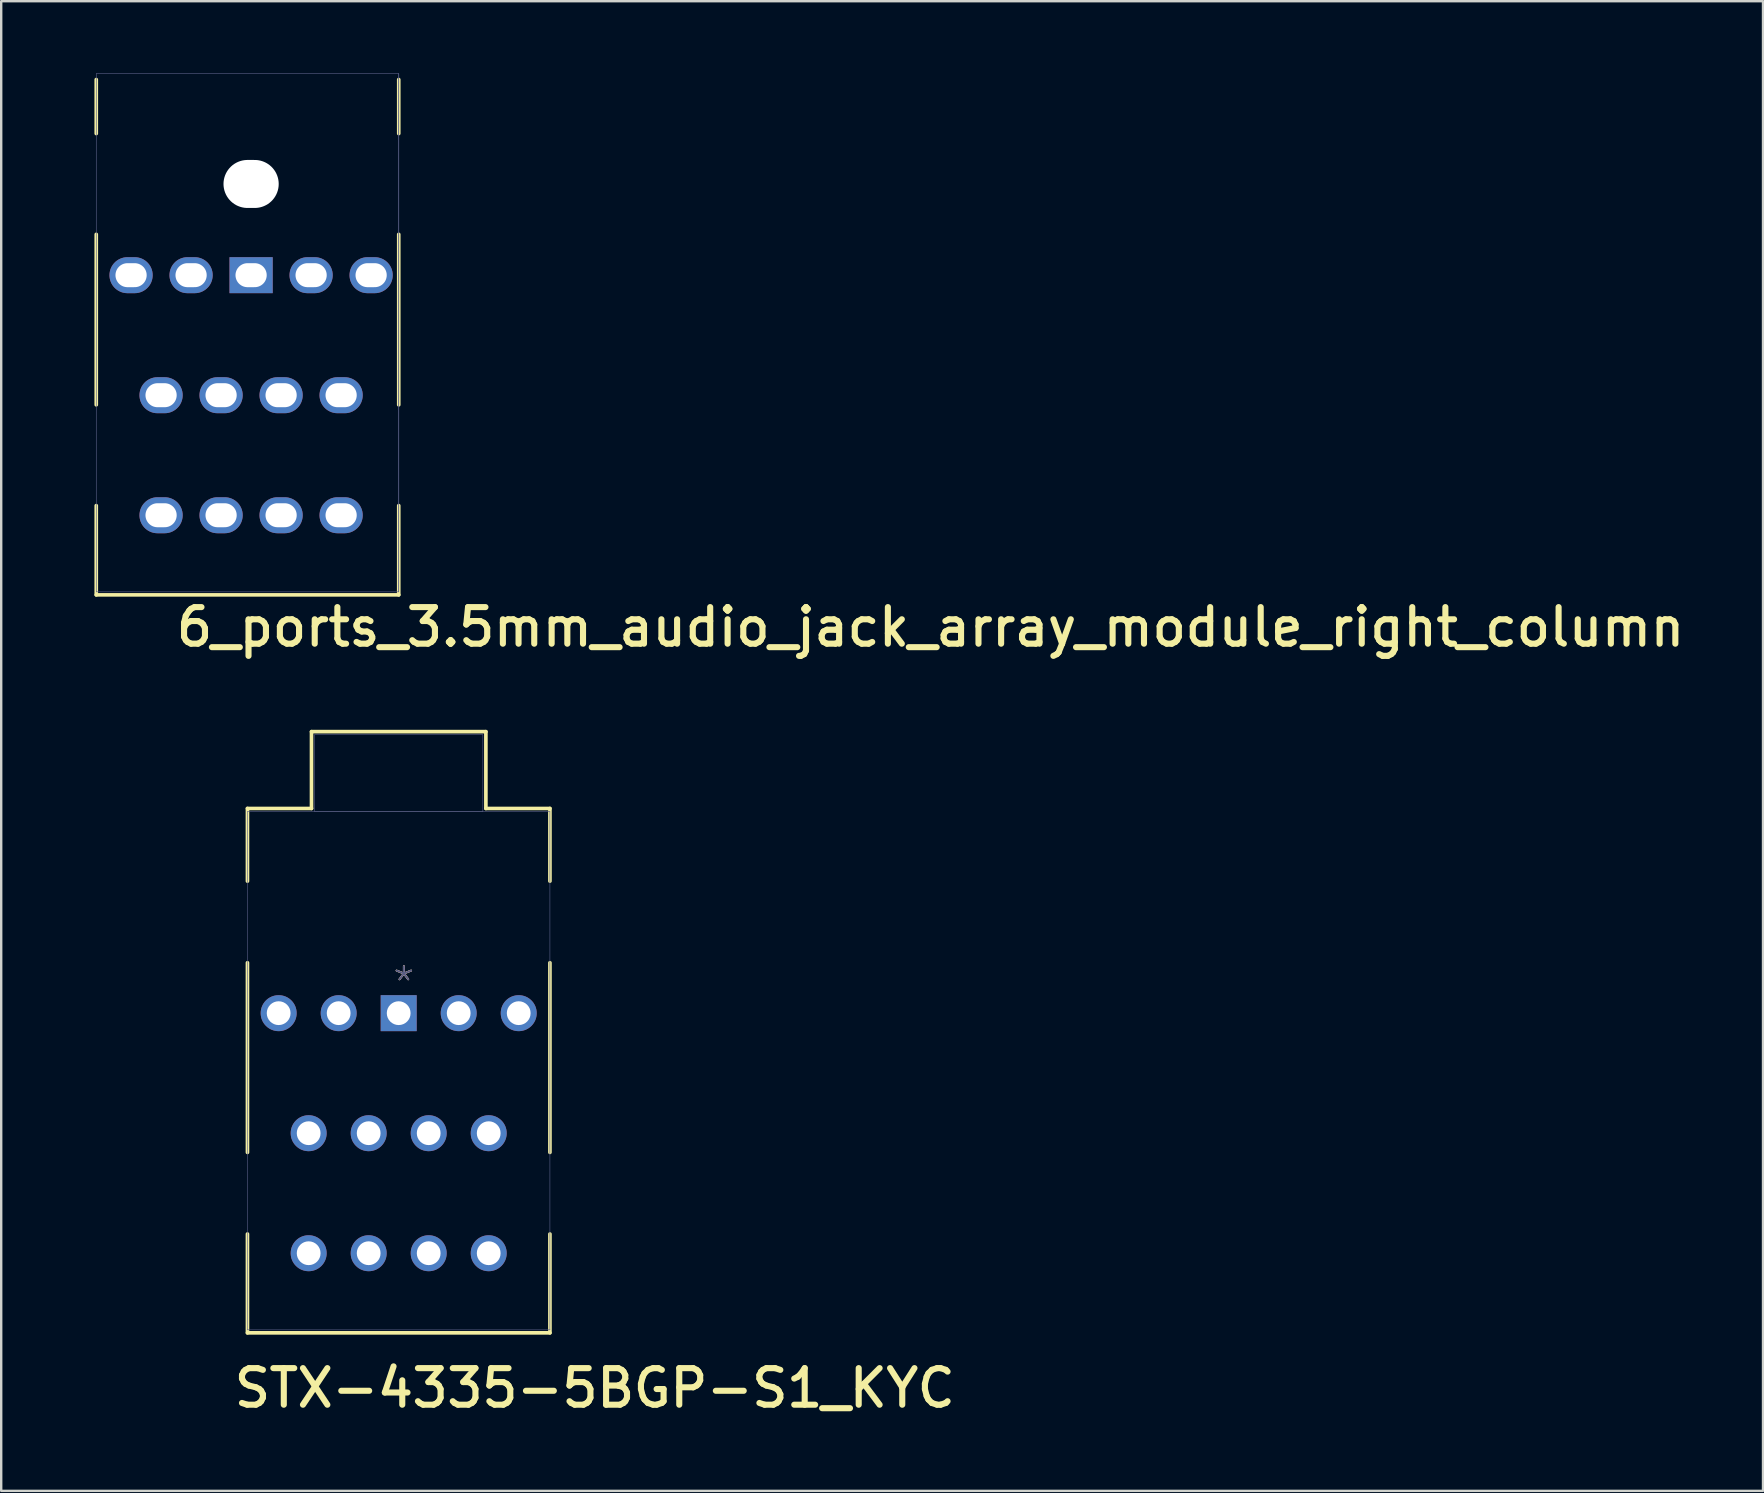
<source format=kicad_pcb>
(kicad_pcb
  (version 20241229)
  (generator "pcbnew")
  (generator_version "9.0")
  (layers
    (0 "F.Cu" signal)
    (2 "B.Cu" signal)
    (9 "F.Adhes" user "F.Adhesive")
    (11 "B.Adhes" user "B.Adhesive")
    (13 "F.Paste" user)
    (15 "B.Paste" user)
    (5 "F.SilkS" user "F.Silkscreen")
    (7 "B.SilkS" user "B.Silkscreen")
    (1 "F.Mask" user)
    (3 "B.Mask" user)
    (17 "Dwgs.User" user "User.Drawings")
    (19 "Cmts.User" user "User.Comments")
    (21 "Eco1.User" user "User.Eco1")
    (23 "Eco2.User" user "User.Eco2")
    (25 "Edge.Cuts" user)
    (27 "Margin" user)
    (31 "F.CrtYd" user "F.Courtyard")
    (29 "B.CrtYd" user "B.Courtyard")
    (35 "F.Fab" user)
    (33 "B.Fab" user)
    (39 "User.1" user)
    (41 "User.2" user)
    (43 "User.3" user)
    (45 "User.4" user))
  (footprint "STX-4335-5BGP-S1_KYC"
    (layer "F.Cu")
    (at 13.558 39.155)
    (property "Reference" "STX-4335-5BGP-S1_KYC" (at -6.985 16.51 0) (unlocked yes) (layer "F.SilkS") (effects (font (size 1.524 1.524) (thickness 0.254)) (justify left bottom)))
    (fp_line (start -6.3 -8.527) (end -6.3 -5.499) (stroke (width 0.152) (type solid)) (layer "F.SilkS"))
    (fp_line (start -6.3 -8.527) (end -3.632 -8.527) (stroke (width 0.152) (type solid)) (layer "F.SilkS"))
    (fp_line (start -6.3 -2.101) (end -6.3 5.801) (stroke (width 0.152) (type solid)) (layer "F.SilkS"))
    (fp_line (start -6.3 9.199) (end -6.3 13.317) (stroke (width 0.152) (type solid)) (layer "F.SilkS"))
    (fp_line (start -6.3 13.317) (end 6.3 13.317) (stroke (width 0.152) (type solid)) (layer "F.SilkS"))
    (fp_line (start -3.632 -11.727) (end -3.632 -8.527) (stroke (width 0.152) (type solid)) (layer "F.SilkS"))
    (fp_line (start -3.632 -11.727) (end 3.632 -11.727) (stroke (width 0.152) (type solid)) (layer "F.SilkS"))
    (fp_line (start 3.632 -11.727) (end 3.632 -8.527) (stroke (width 0.152) (type solid)) (layer "F.SilkS"))
    (fp_line (start 3.632 -8.527) (end 6.3 -8.527) (stroke (width 0.152) (type solid)) (layer "F.SilkS"))
    (fp_line (start 6.3 -8.527) (end 6.3 -5.499) (stroke (width 0.152) (type solid)) (layer "F.SilkS"))
    (fp_line (start 6.3 -2.101) (end 6.3 5.801) (stroke (width 0.152) (type solid)) (layer "F.SilkS"))
    (fp_line (start 6.3 9.199) (end 6.3 13.317) (stroke (width 0.152) (type solid)) (layer "F.SilkS"))
    (fp_line (start -6.299 -8.4) (end -6.299 13.19) (stroke (width 0.025) (type solid)) (layer "B.Fab"))
    (fp_line (start -6.299 -8.4) (end 6.299 -8.4) (stroke (width 0.025) (type solid)) (layer "B.Fab"))
    (fp_line (start -6.299 13.19) (end 6.299 13.19) (stroke (width 0.025) (type solid)) (layer "B.Fab"))
    (fp_line (start -3.505 -11.6) (end -3.505 -8.4) (stroke (width 0.025) (type solid)) (layer "B.Fab"))
    (fp_line (start -3.505 -11.6) (end 3.505 -11.6) (stroke (width 0.025) (type solid)) (layer "B.Fab"))
    (fp_line (start -3.505 -8.4) (end 3.505 -8.4) (stroke (width 0.025) (type solid)) (layer "B.Fab"))
    (fp_line (start 3.505 -11.6) (end 3.505 -8.4) (stroke (width 0.025) (type solid)) (layer "B.Fab"))
    (fp_line (start 6.299 -8.4) (end 6.299 13.19) (stroke (width 0.025) (type solid)) (layer "B.Fab"))
    (fp_circle (center -12.6 0) (end -11.702 0) (stroke (width 0.12) (type solid)) (fill no) (layer "User.1"))
    (fp_circle (center -6.6 -3.79) (end -5.31 -3.79) (stroke (width 0.25) (type solid)) (fill no) (layer "User.1"))
    (fp_circle (center -6.3 -3.8) (end -5.402 -3.8) (stroke (width 0.12) (type solid)) (fill no) (layer "User.1"))
    (fp_circle (center -6.3 7.5) (end -5.402 7.5) (stroke (width 0.12) (type solid)) (fill no) (layer "User.1"))
    (fp_circle (center -6.04 -3.8) (end -4.75 -3.8) (stroke (width 0.25) (type solid)) (fill no) (layer "User.1"))
    (fp_circle (center -6.04 -3.8) (end -4.75 -3.8) (stroke (width 0.25) (type solid)) (fill no) (layer "User.1"))
    (fp_circle (center -6 7.5) (end -4.71 7.5) (stroke (width 0.25) (type solid)) (fill no) (layer "User.1"))
    (fp_circle (center 6 -3.79) (end 7.29 -3.79) (stroke (width 0.25) (type solid)) (fill no) (layer "User.1"))
    (fp_circle (center 6 7.5) (end 7.29 7.5) (stroke (width 0.25) (type solid)) (fill no) (layer "User.1"))
    (fp_circle (center 6.3 -3.81) (end 7.198 -3.81) (stroke (width 0.12) (type solid)) (fill no) (layer "User.1"))
    (fp_circle (center 6.3 7.5) (end 7.198 7.5) (stroke (width 0.12) (type solid)) (fill no) (layer "User.1"))
    (fp_circle (center 12.6 0) (end 13.498 0) (stroke (width 0.12) (type solid)) (fill no) (layer "User.1"))
    (fp_text user "*" (at -0.318 -0.526 0) (unlocked yes) (layer "F.SilkS") (effects (font (size 1.27 1.27) (thickness 0.076)) (justify left bottom)))
    (fp_text user "*" (at -0.318 -0.526 0) (unlocked yes) (layer "B.SilkS") (effects (font (size 1.27 1.27) (thickness 0.076)) (justify left bottom)))
    (fp_text user "*" (at -0.318 -0.526 0) (unlocked yes) (layer "B.Fab") (effects (font (size 1.27 1.27) (thickness 0.076)) (justify left bottom)))
    (pad "1" thru_hole rect (at 0 0) (size 1.499 1.499) (drill 0.991) (layers "*.Cu" "*.Mask"))
    (pad "2" thru_hole circle (at 5 -0.000036) (size 1.499 1.499) (drill 0.991) (layers "*.Cu" "*.Mask"))
    (pad "3" thru_hole circle (at 2.5 -0.000036) (size 1.499 1.499) (drill 0.991) (layers "*.Cu" "*.Mask"))
    (pad "4" thru_hole circle (at -2.5 -0.000036) (size 1.499 1.499) (drill 0.991) (layers "*.Cu" "*.Mask"))
    (pad "5" thru_hole circle (at -5 -0.000036) (size 1.499 1.499) (drill 0.991) (layers "*.Cu" "*.Mask"))
    (pad "22" thru_hole circle (at 3.75 5) (size 1.499 1.499) (drill 0.991) (layers "*.Cu" "*.Mask"))
    (pad "23" thru_hole circle (at 1.25 5) (size 1.499 1.499) (drill 0.991) (layers "*.Cu" "*.Mask"))
    (pad "24" thru_hole circle (at -1.25 5) (size 1.499 1.499) (drill 0.991) (layers "*.Cu" "*.Mask"))
    (pad "25" thru_hole circle (at -3.75 5) (size 1.499 1.499) (drill 0.991) (layers "*.Cu" "*.Mask"))
    (pad "32" thru_hole circle (at 3.75 10) (size 1.499 1.499) (drill 0.991) (layers "*.Cu" "*.Mask"))
    (pad "33" thru_hole circle (at 1.25 10) (size 1.499 1.499) (drill 0.991) (layers "*.Cu" "*.Mask"))
    (pad "34" thru_hole circle (at -1.25 10) (size 1.499 1.499) (drill 0.991) (layers "*.Cu" "*.Mask"))
    (pad "35" thru_hole circle (at -3.75 10) (size 1.499 1.499) (drill 0.991) (layers "*.Cu" "*.Mask")))
  (footprint "6_ports_3.5mm_audio_jack_array_module_right_column"
    (layer "F.Cu")
    (at 13.56 8.413)
    (property "Reference" "6_ports_3.5mm_audio_jack_array_module_right_column" (at -9.4 15.55 0) (unlocked yes) (layer "F.SilkS") (effects (font (size 1.524 1.524) (thickness 0.254)) (justify left bottom)))
    (fp_line (start -12.6 -8.15) (end -12.6 -5.899) (stroke (width 0.152) (type solid)) (layer "F.SilkS"))
    (fp_line (start -12.6 -1.701) (end -12.6 5.401) (stroke (width 0.152) (type solid)) (layer "F.SilkS"))
    (fp_line (start -12.6 9.599) (end -12.6 13.317) (stroke (width 0.152) (type solid)) (layer "F.SilkS"))
    (fp_line (start -12.6 13.317) (end 0 13.317) (stroke (width 0.152) (type solid)) (layer "F.SilkS"))
    (fp_line (start 0 -8.15) (end 0 -5.899) (stroke (width 0.152) (type solid)) (layer "F.SilkS"))
    (fp_line (start 0 -1.701) (end 0 5.401) (stroke (width 0.152) (type solid)) (layer "F.SilkS"))
    (fp_line (start 0 9.599) (end 0 13.317) (stroke (width 0.152) (type solid)) (layer "F.SilkS"))
    (fp_line (start -12.599 -8.4) (end -12.599 13.19) (stroke (width 0.025) (type solid)) (layer "B.Fab"))
    (fp_line (start -12.599 -8.4) (end -0.001 -8.4) (stroke (width 0.025) (type solid)) (layer "B.Fab"))
    (fp_line (start -12.599 13.19) (end -0.001 13.19) (stroke (width 0.025) (type solid)) (layer "B.Fab"))
    (fp_line (start -0.001 -8.4) (end -0.001 13.19) (stroke (width 0.025) (type solid)) (layer "B.Fab"))
    (fp_line (start 0.001 -8.4) (end 0.001 13.19) (stroke (width 0.025) (type solid)) (layer "B.Fab"))
    (fp_circle (center -6.3 0.000036) (end -6 0.2) (stroke (width 0.12) (type solid)) (fill no) (layer "User.1"))
    (fp_circle (center -1.3 0) (end -1.1 0.1) (stroke (width 0.12) (type solid)) (fill no) (layer "User.1"))
    (fp_circle (center -12.35 -3.8) (end -11.2 -3.8) (stroke (width 0.12) (type solid)) (fill no) (layer "User.2"))
    (fp_circle (center -12.35 7.5) (end -11.2 7.5) (stroke (width 0.12) (type solid)) (fill no) (layer "User.2"))
    (fp_circle (center -6 0) (end -5.8 0.1) (stroke (width 0.12) (type solid)) (fill no) (layer "User.2"))
    (fp_circle (center -1 0) (end -0.776 0) (stroke (width 0.12) (type solid)) (fill no) (layer "User.2"))
    (fp_circle (center -0.25 -3.8) (end 0.9 -3.8) (stroke (width 0.12) (type solid)) (fill no) (layer "User.2"))
    (fp_circle (center -0.25 7.5) (end 0.9 7.5) (stroke (width 0.12) (type solid)) (fill no) (layer "User.2"))
    (pad "" np_thru_hole oval (at -6.15 -3.8) (size 2.3 2) (drill oval 2.3 2) (layers "*.Cu" "*.Mask"))
    (pad "1B" thru_hole rect (at -6.15 0) (size 1.8 1.499) (drill oval 1.3 1) (layers "*.Cu" "*.Mask"))
    (pad "2B" thru_hole oval (at -1.15 -0.000036) (size 1.8 1.5) (drill oval 1.3 1) (layers "*.Cu" "*.Mask"))
    (pad "3B" thru_hole oval (at -3.65 -0.000036) (size 1.8 1.5) (drill oval 1.3 1) (layers "*.Cu" "*.Mask"))
    (pad "4B" thru_hole oval (at -8.65 -0.000036) (size 1.8 1.5) (drill oval 1.3 1) (layers "*.Cu" "*.Mask"))
    (pad "5B" thru_hole oval (at -11.15 -0.000036) (size 1.8 1.5) (drill oval 1.3 1) (layers "*.Cu" "*.Mask"))
    (pad "22B" thru_hole oval (at -2.4 5) (size 1.8 1.5) (drill oval 1.3 1) (layers "*.Cu" "*.Mask"))
    (pad "23B" thru_hole oval (at -4.9 5) (size 1.8 1.5) (drill oval 1.3 1) (layers "*.Cu" "*.Mask"))
    (pad "24B" thru_hole oval (at -7.4 5) (size 1.8 1.5) (drill oval 1.3 1) (layers "*.Cu" "*.Mask"))
    (pad "25B" thru_hole oval (at -9.9 5) (size 1.8 1.5) (drill oval 1.3 1) (layers "*.Cu" "*.Mask"))
    (pad "32B" thru_hole oval (at -2.4 10) (size 1.8 1.5) (drill oval 1.3 1) (layers "*.Cu" "*.Mask"))
    (pad "33B" thru_hole oval (at -4.9 10) (size 1.8 1.5) (drill oval 1.3 1) (layers "*.Cu" "*.Mask"))
    (pad "34B" thru_hole oval (at -7.4 10) (size 1.8 1.5) (drill oval 1.3 1) (layers "*.Cu" "*.Mask"))
    (pad "35B" thru_hole oval (at -9.9 10) (size 1.8 1.5) (drill oval 1.3 1) (layers "*.Cu" "*.Mask")))
  (gr_rect
    (start -3 -3)
    (end 70.391 59.054)
    (stroke (width 0.1) (type default))
    (fill no)
    (layer "Edge.Cuts")))
</source>
